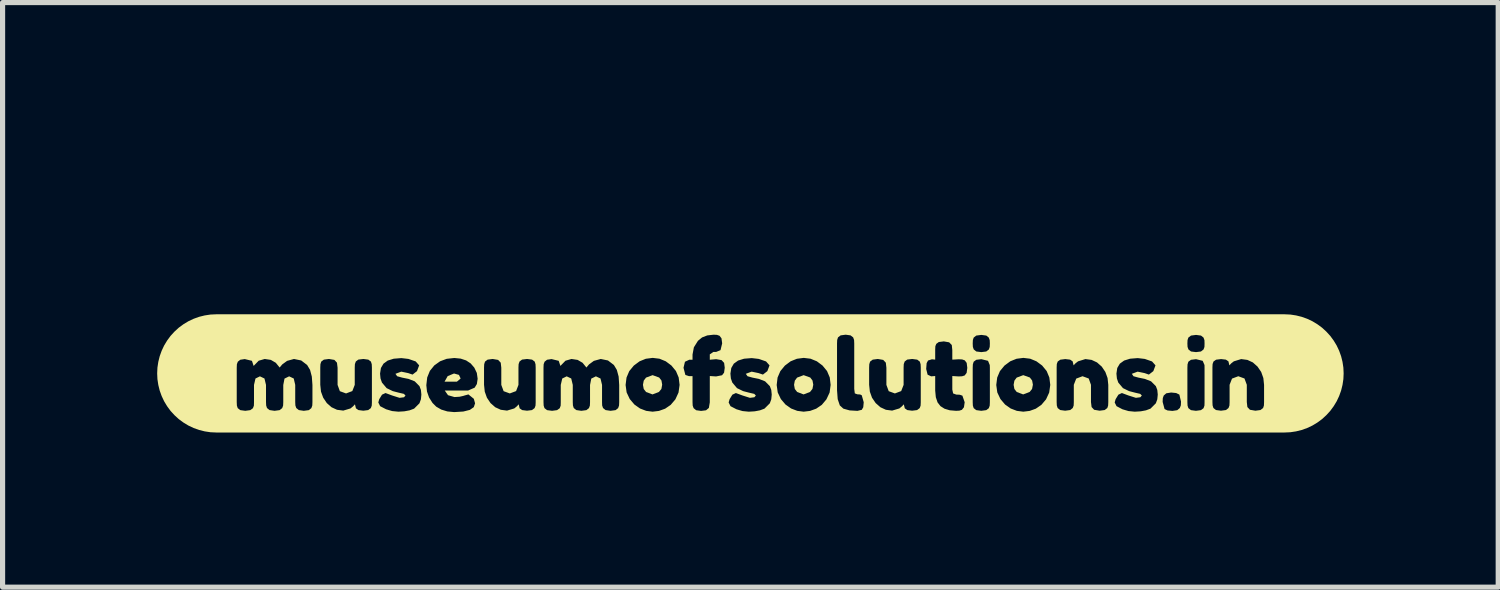
<source format=kicad_pcb>
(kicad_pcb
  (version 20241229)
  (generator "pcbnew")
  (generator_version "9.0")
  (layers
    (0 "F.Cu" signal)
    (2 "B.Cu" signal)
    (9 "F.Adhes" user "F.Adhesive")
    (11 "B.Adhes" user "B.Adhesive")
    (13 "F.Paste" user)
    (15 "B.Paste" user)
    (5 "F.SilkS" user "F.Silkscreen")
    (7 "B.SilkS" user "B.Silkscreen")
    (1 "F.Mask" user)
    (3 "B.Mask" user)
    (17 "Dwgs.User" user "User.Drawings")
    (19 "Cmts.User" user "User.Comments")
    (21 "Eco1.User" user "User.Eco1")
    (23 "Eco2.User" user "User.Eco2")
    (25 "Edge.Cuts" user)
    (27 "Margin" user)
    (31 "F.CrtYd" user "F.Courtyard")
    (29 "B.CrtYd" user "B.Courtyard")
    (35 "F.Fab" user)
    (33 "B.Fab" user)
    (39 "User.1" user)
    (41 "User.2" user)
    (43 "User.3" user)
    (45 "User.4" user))
  (footprint "kibuzzard-6554D5F7"
    (layer "F.Cu")
    (at 11.512 4.196)
    (property "Reference" "kibuzzard-6554D5F7" (at 0 -4.195 0) (layer "F.SilkS") (effects (font (size 0.001 0.001) (thickness 0.15))))
    (attr board_only exclude_from_pos_files exclude_from_bom)
    (fp_poly (pts (xy -5.695 0.16) (xy -5.623 0.099) (xy -5.656 0.029) (xy -5.751 0.002) (xy -5.874 0.052) (xy -5.935 0.16) (xy -5.695 0.16)) (stroke (width 0) (type solid)) (fill yes) (layer "F.SilkS"))
    (fp_poly (pts (xy -2.024 0.361) (xy -1.9 0.408) (xy -1.775 0.36) (xy -1.727 0.301) (xy -1.712 0.219) (xy -1.726 0.138) (xy -1.771 0.08) (xy -1.898 0.034) (xy -2.026 0.082) (xy -2.07 0.141) (xy -2.085 0.222) (xy -2.07 0.303) (xy -2.024 0.361)) (stroke (width 0) (type solid)) (fill yes) (layer "F.SilkS"))
    (fp_poly (pts (xy 0.908 0.361) (xy 1.032 0.408) (xy 1.157 0.36) (xy 1.204 0.301) (xy 1.22 0.219) (xy 1.205 0.138) (xy 1.161 0.08) (xy 1.033 0.034) (xy 0.906 0.082) (xy 0.862 0.141) (xy 0.847 0.222) (xy 0.862 0.303) (xy 0.908 0.361)) (stroke (width 0) (type solid)) (fill yes) (layer "F.SilkS"))
    (fp_poly (pts (xy 5.169 0.361) (xy 5.293 0.408) (xy 5.419 0.36) (xy 5.466 0.301) (xy 5.482 0.219) (xy 5.467 0.138) (xy 5.423 0.08) (xy 5.295 0.034) (xy 5.167 0.082) (xy 5.123 0.141) (xy 5.108 0.222) (xy 5.123 0.303) (xy 5.169 0.361)) (stroke (width 0) (type solid)) (fill yes) (layer "F.SilkS"))
    (fp_poly (pts (xy -9.968 -1.147) (xy -10.365 -1.147) (xy -10.477 -1.142) (xy -10.589 -1.125) (xy -10.698 -1.098) (xy -10.804 -1.06) (xy -10.906 -1.012) (xy -11.002 -0.954) (xy -11.093 -0.887) (xy -11.176 -0.811) (xy -11.252 -0.728) (xy -11.319 -0.637) (xy -11.377 -0.541) (xy -11.425 -0.439) (xy -11.463 -0.333) (xy -11.49 -0.224) (xy -11.507 -0.112) (xy -11.512 0) (xy -11.507 0.112) (xy -11.49 0.224) (xy -11.463 0.333) (xy -11.425 0.439) (xy -11.377 0.541) (xy -11.319 0.637) (xy -11.252 0.728) (xy -11.176 0.811) (xy -11.093 0.887) (xy -11.002 0.954) (xy -10.906 1.012) (xy -10.804 1.06) (xy -10.698 1.098) (xy -10.589 1.125) (xy -10.477 1.142) (xy -10.365 1.147) (xy -9.968 1.147) (xy -8.667 1.147) (xy -8.667 0.726) (xy -8.763 0.712) (xy -8.813 0.672) (xy -8.83 0.622) (xy -8.833 0.556) (xy -8.833 0.223) (xy -8.862 0.099) (xy -8.951 0.057) (xy -9.041 0.101) (xy -9.065 0.225) (xy -9.065 0.558) (xy -9.068 0.625) (xy -9.086 0.674) (xy -9.136 0.713) (xy -9.234 0.726) (xy -9.331 0.712) (xy -9.381 0.672) (xy -9.397 0.622) (xy -9.4 0.556) (xy -9.4 0.223) (xy -9.43 0.099) (xy -9.518 0.057) (xy -9.604 0.099) (xy -9.633 0.223) (xy -9.633 0.56) (xy -9.635 0.626) (xy -9.654 0.676) (xy -9.705 0.713) (xy -9.802 0.726) (xy -9.899 0.713) (xy -9.949 0.674) (xy -9.965 0.625) (xy -9.968 0.558) (xy -9.968 -0.112) (xy -9.965 -0.178) (xy -9.947 -0.227) (xy -9.899 -0.265) (xy -9.812 -0.278) (xy -9.673 -0.244) (xy -9.64 -0.145) (xy -9.542 -0.246) (xy -9.425 -0.28) (xy -9.306 -0.262) (xy -9.21 -0.206) (xy -9.135 -0.114) (xy -9.085 -0.174) (xy -8.991 -0.243) (xy -8.857 -0.28) (xy -8.717 -0.251) (xy -8.602 -0.163) (xy -8.545 -0.068) (xy -8.511 0.061) (xy -8.499 0.225) (xy -8.499 0.558) (xy -8.502 0.624) (xy -8.52 0.674) (xy -8.569 0.713) (xy -8.667 0.726) (xy -8.667 1.147) (xy -7.512 1.147) (xy -7.512 0.724) (xy -7.606 0.712) (xy -7.655 0.678) (xy -7.674 0.6) (xy -7.709 0.638) (xy -7.76 0.68) (xy -7.901 0.722) (xy -8.022 0.706) (xy -8.128 0.657) (xy -8.22 0.576) (xy -8.29 0.472) (xy -8.333 0.354) (xy -8.347 0.221) (xy -8.347 -0.112) (xy -8.344 -0.179) (xy -8.328 -0.229) (xy -8.277 -0.267) (xy -8.179 -0.28) (xy -8.073 -0.262) (xy -8.023 -0.208) (xy -8.011 -0.11) (xy -8.011 0.223) (xy -7.967 0.345) (xy -7.847 0.389) (xy -7.725 0.343) (xy -7.678 0.223) (xy -7.678 -0.114) (xy -7.675 -0.18) (xy -7.657 -0.231) (xy -7.608 -0.268) (xy -7.51 -0.28) (xy -7.414 -0.267) (xy -7.364 -0.229) (xy -7.348 -0.178) (xy -7.345 -0.112) (xy -7.345 0.562) (xy -7.348 0.626) (xy -7.366 0.674) (xy -7.417 0.712) (xy -7.512 0.724) (xy -7.512 1.147) (xy -6.831 1.147) (xy -6.831 0.743) (xy -6.952 0.731) (xy -7.07 0.696) (xy -7.185 0.636) (xy -7.221 0.564) (xy -7.203 0.501) (xy -7.149 0.413) (xy -7.081 0.381) (xy -6.954 0.428) (xy -6.809 0.474) (xy -6.722 0.463) (xy -6.693 0.429) (xy -6.725 0.397) (xy -6.821 0.375) (xy -6.94 0.344) (xy -7.059 0.286) (xy -7.15 0.178) (xy -7.178 0.098) (xy -7.187 0.004) (xy -7.17 -0.105) (xy -7.12 -0.189) (xy -7.038 -0.249) (xy -6.922 -0.285) (xy -6.773 -0.297) (xy -6.636 -0.281) (xy -6.495 -0.232) (xy -6.428 -0.156) (xy -6.47 -0.044) (xy -6.556 0.023) (xy -6.641 -0.006) (xy -6.775 -0.034) (xy -6.888 0.008) (xy -6.855 0.055) (xy -6.758 0.082) (xy -6.634 0.107) (xy -6.514 0.154) (xy -6.422 0.247) (xy -6.394 0.321) (xy -6.385 0.411) (xy -6.394 0.503) (xy -6.422 0.58) (xy -6.526 0.684) (xy -6.614 0.717) (xy -6.716 0.736) (xy -6.831 0.743) (xy -6.831 1.147) (xy -5.748 1.147) (xy -5.748 0.751) (xy -5.881 0.738) (xy -5.999 0.702) (xy -6.096 0.646) (xy -6.169 0.573) (xy -6.236 0.467) (xy -6.276 0.352) (xy -6.289 0.229) (xy -6.272 0.079) (xy -6.22 -0.049) (xy -6.134 -0.155) (xy -6.022 -0.235) (xy -5.893 -0.283) (xy -5.746 -0.299) (xy -5.623 -0.287) (xy -5.517 -0.252) (xy -5.429 -0.194) (xy -5.358 -0.112) (xy -5.309 -0.009) (xy -5.293 0.104) (xy -5.308 0.206) (xy -5.351 0.277) (xy -5.48 0.333) (xy -5.931 0.333) (xy -5.868 0.423) (xy -5.743 0.459) (xy -5.644 0.453) (xy -5.569 0.436) (xy -5.548 0.429) (xy -5.472 0.408) (xy -5.367 0.493) (xy -5.343 0.581) (xy -5.368 0.655) (xy -5.444 0.708) (xy -5.571 0.74) (xy -5.748 0.751) (xy -5.748 1.147) (xy -4.335 1.147) (xy -4.335 0.724) (xy -4.429 0.712) (xy -4.478 0.678) (xy -4.497 0.6) (xy -4.531 0.638) (xy -4.582 0.68) (xy -4.723 0.722) (xy -4.844 0.706) (xy -4.951 0.657) (xy -5.043 0.576) (xy -5.113 0.472) (xy -5.155 0.354) (xy -5.169 0.221) (xy -5.169 -0.112) (xy -5.166 -0.179) (xy -5.15 -0.229) (xy -5.1 -0.267) (xy -5.002 -0.28) (xy -4.896 -0.262) (xy -4.845 -0.208) (xy -4.834 -0.11) (xy -4.834 0.223) (xy -4.789 0.345) (xy -4.669 0.389) (xy -4.547 0.343) (xy -4.501 0.223) (xy -4.501 -0.114) (xy -4.498 -0.18) (xy -4.48 -0.231) (xy -4.431 -0.268) (xy -4.333 -0.28) (xy -4.236 -0.267) (xy -4.186 -0.229) (xy -4.17 -0.178) (xy -4.167 -0.112) (xy -4.167 0.562) (xy -4.17 0.626) (xy -4.188 0.674) (xy -4.239 0.712) (xy -4.335 0.724) (xy -4.335 1.147) (xy -2.714 1.147) (xy -2.714 0.726) (xy -2.81 0.712) (xy -2.86 0.672) (xy -2.877 0.622) (xy -2.879 0.556) (xy -2.879 0.223) (xy -2.909 0.099) (xy -2.998 0.057) (xy -3.088 0.101) (xy -3.112 0.225) (xy -3.112 0.558) (xy -3.115 0.625) (xy -3.133 0.674) (xy -3.183 0.713) (xy -3.281 0.726) (xy -3.378 0.712) (xy -3.428 0.672) (xy -3.444 0.622) (xy -3.447 0.556) (xy -3.447 0.223) (xy -3.477 0.099) (xy -3.565 0.057) (xy -3.651 0.099) (xy -3.68 0.223) (xy -3.68 0.56) (xy -3.682 0.626) (xy -3.7 0.676) (xy -3.752 0.713) (xy -3.849 0.726) (xy -3.946 0.713) (xy -3.996 0.674) (xy -4.012 0.625) (xy -4.015 0.558) (xy -4.015 -0.112) (xy -4.012 -0.178) (xy -3.994 -0.227) (xy -3.946 -0.265) (xy -3.859 -0.278) (xy -3.72 -0.244) (xy -3.687 -0.145) (xy -3.589 -0.246) (xy -3.472 -0.28) (xy -3.353 -0.262) (xy -3.257 -0.206) (xy -3.182 -0.114) (xy -3.132 -0.174) (xy -3.038 -0.243) (xy -2.904 -0.28) (xy -2.764 -0.251) (xy -2.649 -0.163) (xy -2.592 -0.068) (xy -2.557 0.061) (xy -2.546 0.225) (xy -2.546 0.558) (xy -2.549 0.624) (xy -2.567 0.674) (xy -2.616 0.713) (xy -2.714 0.726) (xy -2.714 1.147) (xy -1.898 1.147) (xy -1.898 0.743) (xy -2.022 0.727) (xy -2.142 0.681) (xy -2.251 0.604) (xy -2.341 0.498) (xy -2.402 0.369) (xy -2.422 0.225) (xy -2.404 0.081) (xy -2.351 -0.044) (xy -2.262 -0.152) (xy -2.15 -0.235) (xy -2.029 -0.284) (xy -1.896 -0.301) (xy -1.765 -0.285) (xy -1.643 -0.235) (xy -1.533 -0.153) (xy -1.445 -0.046) (xy -1.392 0.079) (xy -1.374 0.223) (xy -1.395 0.372) (xy -1.456 0.504) (xy -1.547 0.611) (xy -1.655 0.685) (xy -1.775 0.728) (xy -1.898 0.743) (xy -1.898 1.147) (xy -0.957 1.147) (xy -0.957 0.728) (xy -1.052 0.715) (xy -1.102 0.675) (xy -1.12 0.625) (xy -1.123 0.558) (xy -1.123 0.053) (xy -1.192 0.053) (xy -1.262 0.03) (xy -1.298 -0.109) (xy -1.27 -0.226) (xy -1.186 -0.265) (xy -1.123 -0.265) (xy -1.123 -0.366) (xy -1.097 -0.506) (xy -1.018 -0.632) (xy -0.938 -0.698) (xy -0.837 -0.737) (xy -0.715 -0.751) (xy -0.65 -0.748) (xy -0.599 -0.73) (xy -0.561 -0.681) (xy -0.548 -0.583) (xy -0.58 -0.451) (xy -0.664 -0.417) (xy -0.717 -0.417) (xy -0.788 -0.37) (xy -0.788 -0.265) (xy -0.664 -0.276) (xy -0.56 -0.258) (xy -0.51 -0.204) (xy -0.498 -0.109) (xy -0.511 -0.014) (xy -0.55 0.036) (xy -0.666 0.059) (xy -0.788 0.051) (xy -0.788 0.562) (xy -0.806 0.67) (xy -0.861 0.716) (xy -0.957 0.728) (xy -0.957 1.147) (xy -0.032 1.147) (xy -0.032 0.743) (xy -0.153 0.731) (xy -0.271 0.696) (xy -0.386 0.636) (xy -0.422 0.564) (xy -0.404 0.501) (xy -0.35 0.413) (xy -0.282 0.381) (xy -0.155 0.428) (xy -0.01 0.474) (xy 0.077 0.463) (xy 0.106 0.429) (xy 0.074 0.397) (xy -0.022 0.375) (xy -0.141 0.344) (xy -0.26 0.286) (xy -0.351 0.178) (xy -0.379 0.098) (xy -0.388 0.004) (xy -0.371 -0.105) (xy -0.322 -0.189) (xy -0.239 -0.249) (xy -0.123 -0.285) (xy 0.026 -0.297) (xy 0.163 -0.281) (xy 0.304 -0.232) (xy 0.371 -0.156) (xy 0.329 -0.044) (xy 0.243 0.023) (xy 0.158 -0.006) (xy 0.024 -0.034) (xy -0.089 0.008) (xy -0.056 0.055) (xy 0.041 0.082) (xy 0.165 0.107) (xy 0.285 0.154) (xy 0.377 0.247) (xy 0.405 0.321) (xy 0.414 0.411) (xy 0.405 0.503) (xy 0.377 0.58) (xy 0.273 0.684) (xy 0.185 0.717) (xy 0.083 0.736) (xy -0.032 0.743) (xy -0.032 1.147) (xy 1.033 1.147) (xy 1.033 0.743) (xy 0.91 0.727) (xy 0.79 0.681) (xy 0.681 0.604) (xy 0.591 0.498) (xy 0.53 0.369) (xy 0.51 0.225) (xy 0.527 0.081) (xy 0.581 -0.044) (xy 0.67 -0.152) (xy 0.781 -0.235) (xy 0.903 -0.284) (xy 1.035 -0.301) (xy 1.167 -0.285) (xy 1.289 -0.235) (xy 1.399 -0.153) (xy 1.487 -0.046) (xy 1.54 0.079) (xy 1.557 0.223) (xy 1.537 0.372) (xy 1.475 0.504) (xy 1.385 0.611) (xy 1.276 0.685) (xy 1.157 0.728) (xy 1.033 0.743) (xy 1.033 1.147) (xy 2.077 1.147) (xy 2.077 0.727) (xy 1.925 0.718) (xy 1.804 0.684) (xy 1.735 0.621) (xy 1.694 0.5) (xy 1.681 0.324) (xy 1.681 -0.583) (xy 1.684 -0.649) (xy 1.7 -0.699) (xy 1.751 -0.738) (xy 1.849 -0.751) (xy 1.943 -0.738) (xy 1.994 -0.699) (xy 2.012 -0.648) (xy 2.015 -0.581) (xy 2.015 0.301) (xy 2.026 0.388) (xy 2.076 0.406) (xy 2.129 0.409) (xy 2.161 0.425) (xy 2.199 0.56) (xy 2.19 0.657) (xy 2.161 0.707) (xy 2.077 0.727) (xy 2.077 1.147) (xy 3.138 1.147) (xy 3.138 0.724) (xy 3.045 0.712) (xy 2.996 0.678) (xy 2.977 0.6) (xy 2.942 0.638) (xy 2.891 0.68) (xy 2.75 0.722) (xy 2.629 0.706) (xy 2.523 0.657) (xy 2.431 0.576) (xy 2.36 0.472) (xy 2.318 0.354) (xy 2.304 0.221) (xy 2.304 -0.112) (xy 2.307 -0.179) (xy 2.323 -0.229) (xy 2.374 -0.267) (xy 2.472 -0.28) (xy 2.577 -0.262) (xy 2.628 -0.208) (xy 2.639 -0.11) (xy 2.639 0.223) (xy 2.684 0.345) (xy 2.804 0.389) (xy 2.926 0.343) (xy 2.973 0.223) (xy 2.973 -0.114) (xy 2.976 -0.18) (xy 2.994 -0.231) (xy 3.043 -0.268) (xy 3.14 -0.28) (xy 3.237 -0.267) (xy 3.287 -0.229) (xy 3.303 -0.178) (xy 3.306 -0.112) (xy 3.306 0.562) (xy 3.303 0.626) (xy 3.285 0.674) (xy 3.234 0.712) (xy 3.138 0.724) (xy 3.138 1.147) (xy 3.99 1.147) (xy 3.99 0.726) (xy 3.869 0.716) (xy 3.768 0.686) (xy 3.689 0.636) (xy 3.632 0.563) (xy 3.598 0.462) (xy 3.586 0.333) (xy 3.586 0.051) (xy 3.508 0.057) (xy 3.439 0.025) (xy 3.411 -0.086) (xy 3.42 -0.199) (xy 3.447 -0.25) (xy 3.523 -0.274) (xy 3.586 -0.267) (xy 3.586 -0.463) (xy 3.589 -0.528) (xy 3.607 -0.573) (xy 3.656 -0.609) (xy 3.754 -0.621) (xy 3.857 -0.603) (xy 3.908 -0.551) (xy 3.918 -0.453) (xy 3.918 -0.267) (xy 4.044 -0.274) (xy 4.109 -0.271) (xy 4.16 -0.253) (xy 4.197 -0.204) (xy 4.209 -0.107) (xy 4.196 -0.01) (xy 4.158 0.04) (xy 4.107 0.056) (xy 4.041 0.059) (xy 3.918 0.051) (xy 3.918 0.314) (xy 3.934 0.389) (xy 3.995 0.411) (xy 4.063 0.414) (xy 4.114 0.432) (xy 4.158 0.56) (xy 4.144 0.657) (xy 4.104 0.707) (xy 4.054 0.723) (xy 3.99 0.726) (xy 3.99 1.147) (xy 4.48 1.147) (xy 4.48 0.726) (xy 4.383 0.713) (xy 4.333 0.674) (xy 4.317 0.625) (xy 4.314 0.558) (xy 4.314 -0.11) (xy 4.317 -0.176) (xy 4.333 -0.227) (xy 4.383 -0.264) (xy 4.481 -0.276) (xy 4.481 -0.413) (xy 4.384 -0.425) (xy 4.334 -0.465) (xy 4.317 -0.515) (xy 4.314 -0.581) (xy 4.317 -0.647) (xy 4.333 -0.695) (xy 4.383 -0.734) (xy 4.482 -0.747) (xy 4.578 -0.734) (xy 4.626 -0.695) (xy 4.644 -0.645) (xy 4.647 -0.579) (xy 4.644 -0.513) (xy 4.627 -0.464) (xy 4.577 -0.425) (xy 4.481 -0.413) (xy 4.481 -0.276) (xy 4.482 -0.276) (xy 4.611 -0.244) (xy 4.645 -0.162) (xy 4.647 -0.107) (xy 4.647 0.56) (xy 4.644 0.626) (xy 4.626 0.676) (xy 4.577 0.713) (xy 4.48 0.726) (xy 4.48 1.147) (xy 5.295 1.147) (xy 5.295 0.743) (xy 5.171 0.727) (xy 5.051 0.681) (xy 4.942 0.604) (xy 4.852 0.498) (xy 4.791 0.369) (xy 4.771 0.225) (xy 4.789 0.081) (xy 4.842 -0.044) (xy 4.931 -0.152) (xy 5.043 -0.235) (xy 5.165 -0.284) (xy 5.297 -0.301) (xy 5.429 -0.285) (xy 5.55 -0.235) (xy 5.661 -0.153) (xy 5.749 -0.046) (xy 5.801 0.079) (xy 5.819 0.223) (xy 5.798 0.372) (xy 5.737 0.504) (xy 5.646 0.611) (xy 5.538 0.685) (xy 5.419 0.728) (xy 5.295 0.743) (xy 5.295 1.147) (xy 6.777 1.147) (xy 6.777 0.724) (xy 6.67 0.706) (xy 6.621 0.653) (xy 6.609 0.556) (xy 6.609 0.221) (xy 6.565 0.099) (xy 6.445 0.055) (xy 6.323 0.101) (xy 6.276 0.221) (xy 6.276 0.558) (xy 6.273 0.624) (xy 6.255 0.672) (xy 6.206 0.711) (xy 6.108 0.724) (xy 6.012 0.711) (xy 5.962 0.672) (xy 5.946 0.622) (xy 5.943 0.556) (xy 5.943 -0.118) (xy 5.946 -0.182) (xy 5.964 -0.231) (xy 6.014 -0.266) (xy 6.11 -0.278) (xy 6.204 -0.267) (xy 6.253 -0.234) (xy 6.272 -0.156) (xy 6.307 -0.194) (xy 6.358 -0.234) (xy 6.501 -0.278) (xy 6.621 -0.262) (xy 6.726 -0.213) (xy 6.818 -0.132) (xy 6.888 -0.028) (xy 6.931 0.09) (xy 6.945 0.223) (xy 6.945 0.558) (xy 6.942 0.624) (xy 6.926 0.672) (xy 6.875 0.711) (xy 6.777 0.724) (xy 6.777 1.147) (xy 7.458 1.147) (xy 7.458 0.743) (xy 7.337 0.731) (xy 7.219 0.696) (xy 7.105 0.636) (xy 7.069 0.564) (xy 7.087 0.501) (xy 7.141 0.413) (xy 7.209 0.381) (xy 7.335 0.428) (xy 7.48 0.474) (xy 7.567 0.463) (xy 7.596 0.429) (xy 7.564 0.397) (xy 7.469 0.375) (xy 7.349 0.344) (xy 7.23 0.286) (xy 7.139 0.178) (xy 7.112 0.098) (xy 7.103 0.004) (xy 7.119 -0.105) (xy 7.169 -0.189) (xy 7.252 -0.249) (xy 7.367 -0.285) (xy 7.516 -0.297) (xy 7.653 -0.281) (xy 7.794 -0.232) (xy 7.861 -0.156) (xy 7.819 -0.044) (xy 7.733 0.023) (xy 7.649 -0.006) (xy 7.514 -0.034) (xy 7.402 0.008) (xy 7.434 0.055) (xy 7.531 0.082) (xy 7.655 0.107) (xy 7.775 0.154) (xy 7.868 0.247) (xy 7.896 0.321) (xy 7.905 0.411) (xy 7.896 0.503) (xy 7.868 0.58) (xy 7.764 0.684) (xy 7.676 0.717) (xy 7.574 0.736) (xy 7.458 0.743) (xy 7.458 1.147) (xy 8.19 1.147) (xy 8.19 0.728) (xy 8.094 0.719) (xy 8.037 0.692) (xy 8 0.554) (xy 8 0.547) (xy 8.003 0.48) (xy 8.021 0.429) (xy 8.071 0.386) (xy 8.165 0.371) (xy 8.262 0.381) (xy 8.324 0.411) (xy 8.356 0.545) (xy 8.356 0.552) (xy 8.353 0.62) (xy 8.333 0.672) (xy 8.283 0.714) (xy 8.19 0.728) (xy 8.19 1.147) (xy 8.646 1.147) (xy 8.646 0.726) (xy 8.549 0.713) (xy 8.499 0.674) (xy 8.483 0.625) (xy 8.48 0.558) (xy 8.48 -0.11) (xy 8.483 -0.176) (xy 8.499 -0.227) (xy 8.55 -0.264) (xy 8.647 -0.276) (xy 8.647 -0.413) (xy 8.551 -0.425) (xy 8.5 -0.465) (xy 8.483 -0.515) (xy 8.48 -0.581) (xy 8.483 -0.647) (xy 8.499 -0.695) (xy 8.55 -0.734) (xy 8.648 -0.747) (xy 8.744 -0.734) (xy 8.793 -0.695) (xy 8.811 -0.645) (xy 8.813 -0.579) (xy 8.811 -0.513) (xy 8.793 -0.464) (xy 8.743 -0.425) (xy 8.647 -0.413) (xy 8.647 -0.276) (xy 8.648 -0.276) (xy 8.777 -0.244) (xy 8.812 -0.162) (xy 8.813 -0.107) (xy 8.813 0.56) (xy 8.811 0.626) (xy 8.793 0.676) (xy 8.743 0.713) (xy 8.646 0.726) (xy 8.646 1.147) (xy 9.8 1.147) (xy 9.8 0.724) (xy 9.694 0.706) (xy 9.644 0.653) (xy 9.633 0.556) (xy 9.633 0.221) (xy 9.588 0.099) (xy 9.468 0.055) (xy 9.346 0.101) (xy 9.299 0.221) (xy 9.299 0.558) (xy 9.296 0.624) (xy 9.278 0.672) (xy 9.229 0.711) (xy 9.132 0.724) (xy 9.035 0.711) (xy 8.985 0.672) (xy 8.969 0.622) (xy 8.966 0.556) (xy 8.966 -0.118) (xy 8.969 -0.182) (xy 8.987 -0.231) (xy 9.037 -0.266) (xy 9.134 -0.278) (xy 9.227 -0.267) (xy 9.276 -0.234) (xy 9.295 -0.156) (xy 9.33 -0.194) (xy 9.381 -0.234) (xy 9.524 -0.278) (xy 9.644 -0.262) (xy 9.75 -0.213) (xy 9.841 -0.132) (xy 9.912 -0.028) (xy 9.954 0.09) (xy 9.968 0.223) (xy 9.968 0.558) (xy 9.965 0.624) (xy 9.949 0.672) (xy 9.898 0.711) (xy 9.8 0.724) (xy 9.8 1.147) (xy 9.968 1.147) (xy 10.365 1.147) (xy 10.477 1.142) (xy 10.589 1.125) (xy 10.698 1.098) (xy 10.804 1.06) (xy 10.906 1.012) (xy 11.002 0.954) (xy 11.093 0.887) (xy 11.176 0.811) (xy 11.252 0.728) (xy 11.319 0.637) (xy 11.377 0.541) (xy 11.425 0.439) (xy 11.463 0.333) (xy 11.49 0.224) (xy 11.507 0.112) (xy 11.512 0) (xy 11.507 -0.112) (xy 11.49 -0.224) (xy 11.463 -0.333) (xy 11.425 -0.439) (xy 11.377 -0.541) (xy 11.319 -0.637) (xy 11.252 -0.728) (xy 11.176 -0.811) (xy 11.093 -0.887) (xy 11.002 -0.954) (xy 10.906 -1.012) (xy 10.804 -1.06) (xy 10.698 -1.098) (xy 10.589 -1.125) (xy 10.477 -1.142) (xy 10.365 -1.147) (xy 9.968 -1.147) (xy -9.968 -1.147) (xy -9.968 -1.147)) (stroke (width 0) (type solid)) (fill yes) (layer "F.SilkS")))
  (gr_rect
    (start -3 -3)
    (end 26.024 8.344)
    (stroke (width 0.1) (type default))
    (fill no)
    (layer "Edge.Cuts")))
</source>
